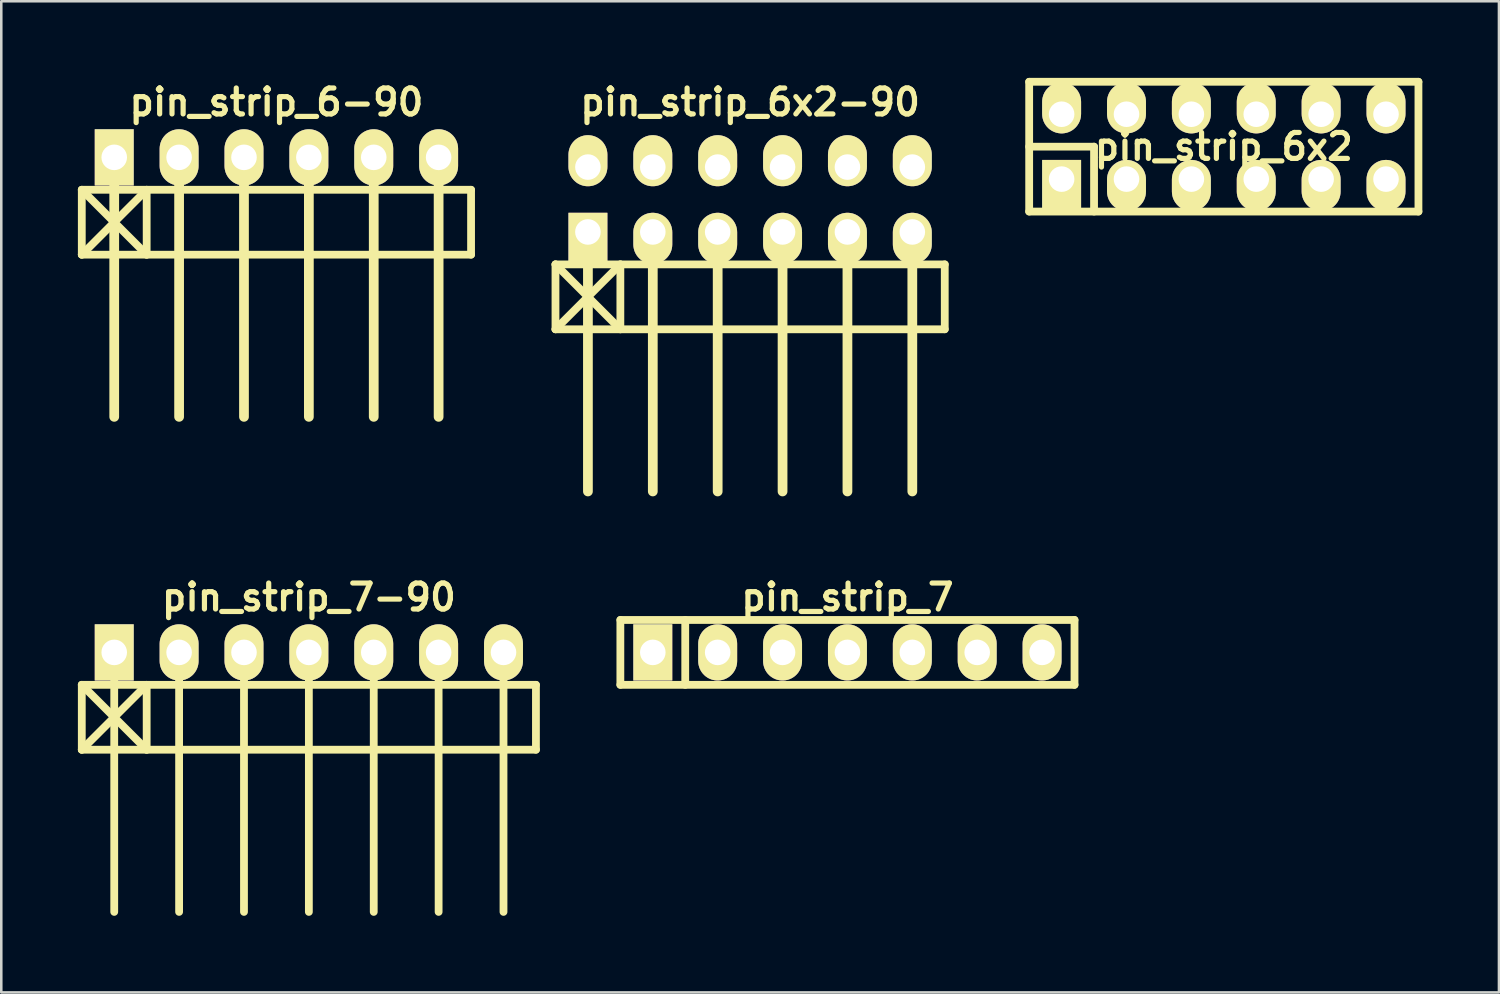
<source format=kicad_pcb>
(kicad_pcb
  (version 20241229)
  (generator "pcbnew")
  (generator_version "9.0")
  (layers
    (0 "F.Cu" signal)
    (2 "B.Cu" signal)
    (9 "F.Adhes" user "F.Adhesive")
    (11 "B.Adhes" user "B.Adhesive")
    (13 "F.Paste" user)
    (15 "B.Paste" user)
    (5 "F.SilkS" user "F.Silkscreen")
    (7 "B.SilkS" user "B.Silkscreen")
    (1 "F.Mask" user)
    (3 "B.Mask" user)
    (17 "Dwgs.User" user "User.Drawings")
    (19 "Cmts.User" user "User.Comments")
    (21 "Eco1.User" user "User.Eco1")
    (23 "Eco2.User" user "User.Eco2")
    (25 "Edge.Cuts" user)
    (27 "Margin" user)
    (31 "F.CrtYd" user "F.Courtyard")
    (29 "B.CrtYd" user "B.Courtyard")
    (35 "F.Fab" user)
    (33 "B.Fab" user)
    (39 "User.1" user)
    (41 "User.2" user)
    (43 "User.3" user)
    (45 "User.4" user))
  (footprint "pin_strip_6x2-90"
    (layer "F.Cu")
    (at 26.317 4.761)
    (property "Reference" "pin_strip_6x2-90" (at 0 -3.81 0) (layer "F.SilkS") (effects (font (size 1.016 1.016) (thickness 0.203))))
    (attr through_hole)
    (fp_line (start -7.62 2.54) (end -5.08 5.08) (stroke (width 0.305) (type solid)) (layer "F.SilkS"))
    (fp_line (start -7.62 2.54) (end 7.62 2.54) (stroke (width 0.305) (type solid)) (layer "F.SilkS"))
    (fp_line (start -7.62 5.08) (end -7.62 2.54) (stroke (width 0.305) (type solid)) (layer "F.SilkS"))
    (fp_line (start -7.62 5.08) (end -5.08 2.54) (stroke (width 0.305) (type solid)) (layer "F.SilkS"))
    (fp_line (start -6.35 1.27) (end -6.35 11.43) (stroke (width 0.381) (type solid)) (layer "F.SilkS"))
    (fp_line (start -5.08 5.08) (end -5.08 2.54) (stroke (width 0.305) (type solid)) (layer "F.SilkS"))
    (fp_line (start -3.81 1.27) (end -3.81 11.43) (stroke (width 0.381) (type solid)) (layer "F.SilkS"))
    (fp_line (start -1.27 11.43) (end -1.27 1.27) (stroke (width 0.381) (type solid)) (layer "F.SilkS"))
    (fp_line (start 1.27 1.27) (end 1.27 11.43) (stroke (width 0.381) (type solid)) (layer "F.SilkS"))
    (fp_line (start 3.81 1.27) (end 3.81 11.43) (stroke (width 0.381) (type solid)) (layer "F.SilkS"))
    (fp_line (start 6.35 1.27) (end 6.35 11.43) (stroke (width 0.381) (type solid)) (layer "F.SilkS"))
    (fp_line (start 7.62 2.54) (end 7.62 5.08) (stroke (width 0.305) (type solid)) (layer "F.SilkS"))
    (fp_line (start 7.62 5.08) (end -7.62 5.08) (stroke (width 0.305) (type solid)) (layer "F.SilkS"))
    (pad "1" thru_hole rect (at -6.35 1.27) (size 1.524 1.999) (drill 1.001 (offset 0 0.249)) (layers "*.Cu" "*.Mask" "F.SilkS"))
    (pad "2" thru_hole oval (at -6.35 -1.27) (size 1.524 1.999) (drill 1.001 (offset 0 -0.249)) (layers "*.Cu" "*.Mask" "F.SilkS"))
    (pad "3" thru_hole oval (at -3.81 1.27) (size 1.524 1.999) (drill 1.001 (offset 0 0.249)) (layers "*.Cu" "*.Mask" "F.SilkS"))
    (pad "4" thru_hole oval (at -3.81 -1.27) (size 1.524 1.999) (drill 1.001 (offset 0 -0.249)) (layers "*.Cu" "*.Mask" "F.SilkS"))
    (pad "5" thru_hole oval (at -1.27 1.27) (size 1.524 1.999) (drill 1.001 (offset 0 0.249)) (layers "*.Cu" "*.Mask" "F.SilkS"))
    (pad "6" thru_hole oval (at -1.27 -1.27) (size 1.524 1.999) (drill 1.001 (offset 0 -0.249)) (layers "*.Cu" "*.Mask" "F.SilkS"))
    (pad "7" thru_hole oval (at 1.27 1.27) (size 1.524 1.999) (drill 1.001 (offset 0 0.249)) (layers "*.Cu" "*.Mask" "F.SilkS"))
    (pad "8" thru_hole oval (at 1.27 -1.27) (size 1.524 1.999) (drill 1.001 (offset 0 -0.249)) (layers "*.Cu" "*.Mask" "F.SilkS"))
    (pad "9" thru_hole oval (at 3.81 1.27) (size 1.524 1.999) (drill 1.001 (offset 0 0.249)) (layers "*.Cu" "*.Mask" "F.SilkS"))
    (pad "10" thru_hole oval (at 3.81 -1.27) (size 1.524 1.999) (drill 1.001 (offset 0 -0.249)) (layers "*.Cu" "*.Mask" "F.SilkS"))
    (pad "11" thru_hole oval (at 6.35 1.27) (size 1.524 1.999) (drill 1.001 (offset 0 0.249)) (layers "*.Cu" "*.Mask" "F.SilkS"))
    (pad "12" thru_hole oval (at 6.35 -1.27) (size 1.524 1.999) (drill 1.001 (offset 0 -0.249)) (layers "*.Cu" "*.Mask" "F.SilkS")))
  (footprint "pin_strip_7"
    (layer "F.Cu")
    (at 30.127 22.491)
    (property "Reference" "pin_strip_7" (at 0 -2.159 0) (layer "F.SilkS") (effects (font (size 1.016 1.016) (thickness 0.203))))
    (attr through_hole)
    (fp_line (start -8.89 1.27) (end -8.89 -1.27) (stroke (width 0.305) (type solid)) (layer "F.SilkS"))
    (fp_line (start -8.89 1.27) (end 8.89 1.27) (stroke (width 0.305) (type solid)) (layer "F.SilkS"))
    (fp_line (start -6.35 -1.27) (end -6.35 1.27) (stroke (width 0.305) (type solid)) (layer "F.SilkS"))
    (fp_line (start 8.89 -1.27) (end -8.89 -1.27) (stroke (width 0.305) (type solid)) (layer "F.SilkS"))
    (fp_line (start 8.89 -1.27) (end 8.89 1.27) (stroke (width 0.305) (type solid)) (layer "F.SilkS"))
    (pad "1" thru_hole rect (at -7.62 0) (size 1.524 2.2) (drill 1.001) (layers "*.Cu" "*.Mask" "F.SilkS"))
    (pad "2" thru_hole oval (at -5.08 0) (size 1.524 2.2) (drill 1.001) (layers "*.Cu" "*.Mask" "F.SilkS"))
    (pad "3" thru_hole oval (at -2.54 0) (size 1.524 2.2) (drill 1.001) (layers "*.Cu" "*.Mask" "F.SilkS"))
    (pad "4" thru_hole oval (at 0 0) (size 1.524 2.2) (drill 1.001) (layers "*.Cu" "*.Mask" "F.SilkS"))
    (pad "5" thru_hole oval (at 2.54 0) (size 1.524 2.2) (drill 1.001) (layers "*.Cu" "*.Mask" "F.SilkS"))
    (pad "6" thru_hole oval (at 5.08 0) (size 1.524 2.2) (drill 1.001) (layers "*.Cu" "*.Mask" "F.SilkS"))
    (pad "7" thru_hole oval (at 7.62 0) (size 1.524 2.2) (drill 1.001) (layers "*.Cu" "*.Mask" "F.SilkS")))
  (footprint "pin_strip_6x2"
    (layer "F.Cu")
    (at 44.862 2.692)
    (property "Reference" "pin_strip_6x2" (at 0 0 0) (layer "F.SilkS") (effects (font (size 1.016 1.016) (thickness 0.203))))
    (attr through_hole)
    (fp_line (start -7.62 -2.54) (end -7.62 2.54) (stroke (width 0.305) (type solid)) (layer "F.SilkS"))
    (fp_line (start -7.62 -2.54) (end 7.62 -2.54) (stroke (width 0.305) (type solid)) (layer "F.SilkS"))
    (fp_line (start -7.62 0) (end -5.08 0) (stroke (width 0.305) (type solid)) (layer "F.SilkS"))
    (fp_line (start -5.08 0) (end -5.08 2.54) (stroke (width 0.305) (type solid)) (layer "F.SilkS"))
    (fp_line (start 7.62 -2.54) (end 7.62 2.54) (stroke (width 0.305) (type solid)) (layer "F.SilkS"))
    (fp_line (start 7.62 2.54) (end -7.62 2.54) (stroke (width 0.305) (type solid)) (layer "F.SilkS"))
    (pad "1" thru_hole rect (at -6.35 1.27) (size 1.524 1.999) (drill 1.001 (offset 0 0.249)) (layers "*.Cu" "*.Mask" "F.SilkS"))
    (pad "2" thru_hole oval (at -6.35 -1.27) (size 1.524 1.999) (drill 1.001 (offset 0 -0.249)) (layers "*.Cu" "*.Mask" "F.SilkS"))
    (pad "3" thru_hole oval (at -3.81 1.27) (size 1.524 1.999) (drill 1.001 (offset 0 0.249)) (layers "*.Cu" "*.Mask" "F.SilkS"))
    (pad "4" thru_hole oval (at -3.81 -1.27) (size 1.524 1.999) (drill 1.001 (offset 0 -0.249)) (layers "*.Cu" "*.Mask" "F.SilkS"))
    (pad "5" thru_hole oval (at -1.27 1.27) (size 1.524 1.999) (drill 1.001 (offset 0 0.249)) (layers "*.Cu" "*.Mask" "F.SilkS"))
    (pad "6" thru_hole oval (at -1.27 -1.27) (size 1.524 1.999) (drill 1.001 (offset 0 -0.249)) (layers "*.Cu" "*.Mask" "F.SilkS"))
    (pad "7" thru_hole oval (at 1.27 1.27) (size 1.524 1.999) (drill 1.001 (offset 0 0.249)) (layers "*.Cu" "*.Mask" "F.SilkS"))
    (pad "8" thru_hole oval (at 1.27 -1.27) (size 1.524 1.999) (drill 1.001 (offset 0 -0.249)) (layers "*.Cu" "*.Mask" "F.SilkS"))
    (pad "9" thru_hole oval (at 3.81 1.27) (size 1.524 1.999) (drill 1.001 (offset 0 0.249)) (layers "*.Cu" "*.Mask" "F.SilkS"))
    (pad "10" thru_hole oval (at 3.81 -1.27) (size 1.524 1.999) (drill 1.001 (offset 0 -0.249)) (layers "*.Cu" "*.Mask" "F.SilkS"))
    (pad "11" thru_hole oval (at 6.35 1.27) (size 1.524 1.999) (drill 1.001 (offset 0 0.249)) (layers "*.Cu" "*.Mask" "F.SilkS"))
    (pad "12" thru_hole oval (at 6.35 -1.27) (size 1.524 1.999) (drill 1.001 (offset 0 -0.249)) (layers "*.Cu" "*.Mask" "F.SilkS")))
  (footprint "pin_strip_6-90"
    (layer "F.Cu")
    (at 7.772 3.11)
    (property "Reference" "pin_strip_6-90" (at 0 -2.159 0) (layer "F.SilkS") (effects (font (size 1.016 1.016) (thickness 0.203))))
    (attr through_hole)
    (fp_line (start -7.62 1.27) (end 7.62 1.27) (stroke (width 0.305) (type solid)) (layer "F.SilkS"))
    (fp_line (start -7.62 3.81) (end -7.62 1.27) (stroke (width 0.305) (type solid)) (layer "F.SilkS"))
    (fp_line (start -7.62 3.81) (end -5.08 1.27) (stroke (width 0.305) (type solid)) (layer "F.SilkS"))
    (fp_line (start -6.35 0) (end -6.35 10.16) (stroke (width 0.381) (type solid)) (layer "F.SilkS"))
    (fp_line (start -5.08 1.27) (end -5.08 3.81) (stroke (width 0.305) (type solid)) (layer "F.SilkS"))
    (fp_line (start -5.08 3.81) (end -7.62 1.27) (stroke (width 0.305) (type solid)) (layer "F.SilkS"))
    (fp_line (start -3.81 0) (end -3.81 10.16) (stroke (width 0.381) (type solid)) (layer "F.SilkS"))
    (fp_line (start -1.27 10.16) (end -1.27 0) (stroke (width 0.381) (type solid)) (layer "F.SilkS"))
    (fp_line (start 1.27 0) (end 1.27 10.16) (stroke (width 0.381) (type solid)) (layer "F.SilkS"))
    (fp_line (start 3.81 0) (end 3.81 10.16) (stroke (width 0.381) (type solid)) (layer "F.SilkS"))
    (fp_line (start 6.35 0) (end 6.35 10.16) (stroke (width 0.381) (type solid)) (layer "F.SilkS"))
    (fp_line (start 7.62 1.27) (end 7.62 3.81) (stroke (width 0.305) (type solid)) (layer "F.SilkS"))
    (fp_line (start 7.62 3.81) (end -7.62 3.81) (stroke (width 0.305) (type solid)) (layer "F.SilkS"))
    (pad "1" thru_hole rect (at -6.35 0) (size 1.524 2.2) (drill 1.001) (layers "*.Cu" "*.Mask" "F.SilkS"))
    (pad "2" thru_hole oval (at -3.81 0) (size 1.524 2.2) (drill 1.001) (layers "*.Cu" "*.Mask" "F.SilkS"))
    (pad "3" thru_hole oval (at -1.27 0) (size 1.524 2.2) (drill 1.001) (layers "*.Cu" "*.Mask" "F.SilkS"))
    (pad "4" thru_hole oval (at 1.27 0) (size 1.524 2.2) (drill 1.001) (layers "*.Cu" "*.Mask" "F.SilkS"))
    (pad "5" thru_hole oval (at 3.81 0) (size 1.524 2.2) (drill 1.001) (layers "*.Cu" "*.Mask" "F.SilkS"))
    (pad "6" thru_hole oval (at 6.35 0) (size 1.524 2.2) (drill 1.001) (layers "*.Cu" "*.Mask" "F.SilkS")))
  (footprint "pin_strip_7-90"
    (layer "F.Cu")
    (at 9.042 22.491)
    (property "Reference" "pin_strip_7-90" (at 0 -2.159 0) (layer "F.SilkS") (effects (font (size 1.016 1.016) (thickness 0.203))))
    (attr through_hole)
    (fp_line (start -8.89 1.27) (end -6.35 3.81) (stroke (width 0.305) (type solid)) (layer "F.SilkS"))
    (fp_line (start -8.89 1.27) (end 8.89 1.27) (stroke (width 0.305) (type solid)) (layer "F.SilkS"))
    (fp_line (start -8.89 3.81) (end -8.89 1.27) (stroke (width 0.305) (type solid)) (layer "F.SilkS"))
    (fp_line (start -7.62 0) (end -7.62 10.16) (stroke (width 0.305) (type solid)) (layer "F.SilkS"))
    (fp_line (start -6.35 1.27) (end -8.89 3.81) (stroke (width 0.305) (type solid)) (layer "F.SilkS"))
    (fp_line (start -6.35 1.27) (end -6.35 3.81) (stroke (width 0.305) (type solid)) (layer "F.SilkS"))
    (fp_line (start -5.08 0) (end -5.08 10.16) (stroke (width 0.305) (type solid)) (layer "F.SilkS"))
    (fp_line (start -2.54 10.16) (end -2.54 0) (stroke (width 0.305) (type solid)) (layer "F.SilkS"))
    (fp_line (start 0 0) (end 0 10.16) (stroke (width 0.305) (type solid)) (layer "F.SilkS"))
    (fp_line (start 2.54 0) (end 2.54 10.16) (stroke (width 0.305) (type solid)) (layer "F.SilkS"))
    (fp_line (start 5.08 0) (end 5.08 10.16) (stroke (width 0.305) (type solid)) (layer "F.SilkS"))
    (fp_line (start 7.62 0) (end 7.62 10.16) (stroke (width 0.305) (type solid)) (layer "F.SilkS"))
    (fp_line (start 8.89 1.27) (end 8.89 3.81) (stroke (width 0.305) (type solid)) (layer "F.SilkS"))
    (fp_line (start 8.89 3.81) (end -8.89 3.81) (stroke (width 0.305) (type solid)) (layer "F.SilkS"))
    (pad "1" thru_hole rect (at -7.62 0) (size 1.524 2.2) (drill 1.001) (layers "*.Cu" "*.Mask" "F.SilkS"))
    (pad "2" thru_hole oval (at -5.08 0) (size 1.524 2.2) (drill 1.001) (layers "*.Cu" "*.Mask" "F.SilkS"))
    (pad "3" thru_hole oval (at -2.54 0) (size 1.524 2.2) (drill 1.001) (layers "*.Cu" "*.Mask" "F.SilkS"))
    (pad "4" thru_hole oval (at 0 0) (size 1.524 2.2) (drill 1.001) (layers "*.Cu" "*.Mask" "F.SilkS"))
    (pad "5" thru_hole oval (at 2.54 0) (size 1.524 2.2) (drill 1.001) (layers "*.Cu" "*.Mask" "F.SilkS"))
    (pad "6" thru_hole oval (at 5.08 0) (size 1.524 2.2) (drill 1.001) (layers "*.Cu" "*.Mask" "F.SilkS"))
    (pad "7" thru_hole oval (at 7.62 0) (size 1.524 2.2) (drill 1.001) (layers "*.Cu" "*.Mask" "F.SilkS")))
  (gr_rect
    (start -3 -3)
    (end 55.634 35.804)
    (stroke (width 0.1) (type default))
    (fill no)
    (layer "Edge.Cuts")))
</source>
